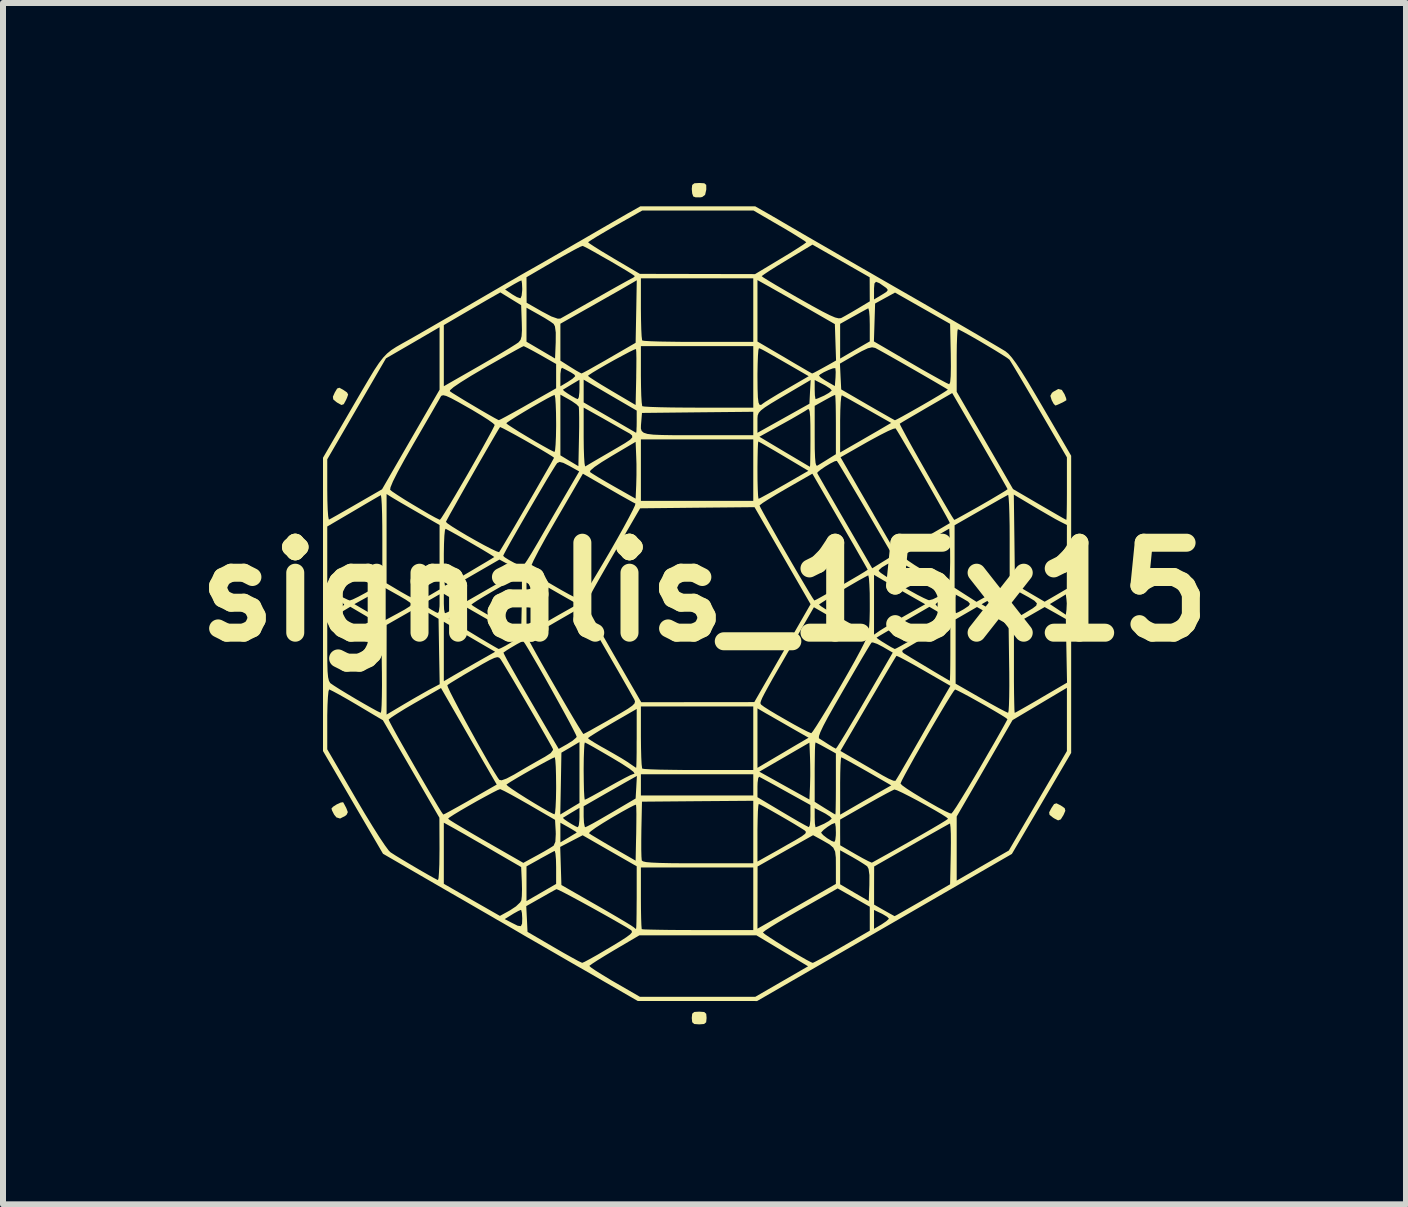
<source format=kicad_pcb>
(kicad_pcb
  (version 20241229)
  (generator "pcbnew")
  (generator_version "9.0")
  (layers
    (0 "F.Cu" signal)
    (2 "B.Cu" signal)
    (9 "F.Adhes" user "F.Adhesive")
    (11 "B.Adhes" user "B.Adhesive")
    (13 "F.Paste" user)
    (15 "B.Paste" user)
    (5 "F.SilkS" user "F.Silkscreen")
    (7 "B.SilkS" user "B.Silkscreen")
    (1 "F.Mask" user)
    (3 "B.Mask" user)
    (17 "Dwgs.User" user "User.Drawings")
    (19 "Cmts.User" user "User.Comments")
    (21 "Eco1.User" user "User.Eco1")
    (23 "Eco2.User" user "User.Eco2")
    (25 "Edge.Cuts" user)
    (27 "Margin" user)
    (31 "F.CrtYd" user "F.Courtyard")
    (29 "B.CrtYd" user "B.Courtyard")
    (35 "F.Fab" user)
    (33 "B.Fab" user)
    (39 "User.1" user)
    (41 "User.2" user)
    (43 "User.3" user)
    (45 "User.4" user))
  (footprint "signalis_15x15"
    (layer "F.Cu")
    (at 8.693 6.818)
    (property "Reference" "signalis_15x15" (at 0 0 0) (layer "F.SilkS") (effects (font (size 1.5 1.5) (thickness 0.3))))
    (attr board_only exclude_from_pos_files exclude_from_bom)
    (fp_poly (pts (xy -0.005 7.001) (xy 0.029 7.031) (xy 0.035 7.101) (xy 0.028 7.172) (xy -0.007 7.201) (xy -0.088 7.207) (xy -0.171 7.201) (xy -0.205 7.171) (xy -0.212 7.101) (xy -0.205 7.029) (xy -0.17 7) (xy -0.088 6.995)) (stroke (width 0) (type solid)) (fill yes) (layer "F.SilkS"))
    (fp_poly (pts (xy -0.003 -6.813) (xy 0.029 -6.786) (xy 0.03 -6.717) (xy 0.029 -6.703) (xy 0.01 -6.62) (xy -0.038 -6.584) (xy -0.072 -6.578) (xy -0.149 -6.579) (xy -0.187 -6.593) (xy -0.205 -6.643) (xy -0.212 -6.718) (xy -0.205 -6.785) (xy -0.169 -6.813) (xy -0.086 -6.818)) (stroke (width 0) (type solid)) (fill yes) (layer "F.SilkS"))
    (fp_poly (pts (xy 5.956 -3.369) (xy 6.001 -3.298) (xy 6.028 -3.23) (xy 6.033 -3.197) (xy 5.988 -3.17) (xy 5.918 -3.136) (xy 5.861 -3.112) (xy 5.848 -3.109) (xy 5.82 -3.137) (xy 5.787 -3.198) (xy 5.765 -3.27) (xy 5.791 -3.319) (xy 5.814 -3.338) (xy 5.897 -3.384)) (stroke (width 0) (type solid)) (fill yes) (layer "F.SilkS"))
    (fp_poly (pts (xy -6.025 -3.372) (xy -6.022 -3.37) (xy -5.958 -3.326) (xy -5.94 -3.291) (xy -5.96 -3.234) (xy -5.976 -3.199) (xy -6.013 -3.131) (xy -6.051 -3.117) (xy -6.115 -3.152) (xy -6.137 -3.167) (xy -6.188 -3.21) (xy -6.194 -3.255) (xy -6.163 -3.325) (xy -6.123 -3.392) (xy -6.086 -3.405)) (stroke (width 0) (type solid)) (fill yes) (layer "F.SilkS"))
    (fp_poly (pts (xy -6.023 3.505) (xy -6.003 3.54) (xy -5.971 3.601) (xy -5.945 3.669) (xy -5.966 3.714) (xy -5.99 3.733) (xy -6.074 3.776) (xy -6.136 3.757) (xy -6.174 3.71) (xy -6.208 3.643) (xy -6.218 3.609) (xy -6.191 3.579) (xy -6.13 3.54) (xy -6.065 3.51) (xy -6.025 3.504)) (stroke (width 0) (type solid)) (fill yes) (layer "F.SilkS"))
    (fp_poly (pts (xy 5.933 3.555) (xy 5.939 3.558) (xy 6.004 3.603) (xy 6.015 3.646) (xy 5.985 3.716) (xy 5.939 3.79) (xy 5.894 3.807) (xy 5.826 3.772) (xy 5.803 3.756) (xy 5.751 3.714) (xy 5.745 3.673) (xy 5.782 3.603) (xy 5.783 3.601) (xy 5.827 3.535) (xy 5.867 3.522)) (stroke (width 0) (type solid)) (fill yes) (layer "F.SilkS"))
    (fp_poly (pts (xy 1.032 -6.323) (xy 1.141 -6.26) (xy 1.231 -6.208) (xy 1.272 -6.184) (xy 1.314 -6.159) (xy 1.408 -6.104) (xy 1.545 -6.025) (xy 1.715 -5.926) (xy 1.909 -5.814) (xy 2.119 -5.693) (xy 2.334 -5.568) (xy 2.545 -5.446) (xy 2.744 -5.332) (xy 2.92 -5.23) (xy 3.065 -5.147) (xy 3.169 -5.087) (xy 3.176 -5.083) (xy 3.408 -4.95) (xy 3.652 -4.81) (xy 3.9 -4.666) (xy 4.144 -4.525) (xy 4.375 -4.391) (xy 4.584 -4.269) (xy 4.762 -4.164) (xy 4.901 -4.082) (xy 4.993 -4.027) (xy 5.019 -4.011) (xy 5.067 -3.971) (xy 5.124 -3.906) (xy 5.195 -3.81) (xy 5.283 -3.676) (xy 5.394 -3.497) (xy 5.531 -3.266) (xy 5.629 -3.099) (xy 6.112 -2.271) (xy 6.112 0.206) (xy 6.112 2.682) (xy 5.618 3.524) (xy 5.124 4.366) (xy 3.001 5.592) (xy 0.877 6.818) (xy -0.118 6.817) (xy -1.113 6.817) (xy -2.031 6.287) (xy -2.126 6.233) (xy -1.919 6.233) (xy -1.892 6.258) (xy -1.815 6.311) (xy -1.698 6.384) (xy -1.553 6.472) (xy -1.501 6.502) (xy -1.077 6.747) (xy -0.115 6.747) (xy 0.848 6.747) (xy 1.287 6.493) (xy 1.727 6.239) (xy 1.296 5.981) (xy 0.866 5.723) (xy -0.11 5.723) (xy -1.086 5.723) (xy -1.499 5.966) (xy -1.651 6.057) (xy -1.779 6.136) (xy -1.871 6.196) (xy -1.916 6.229) (xy -1.919 6.233) (xy -2.126 6.233) (xy -2.267 6.152) (xy -2.486 6.025) (xy -2.68 5.913) (xy -2.841 5.82) (xy -2.96 5.752) (xy -3.029 5.712) (xy -3.038 5.706) (xy -3.088 5.677) (xy -3.192 5.616) (xy -3.342 5.529) (xy -3.477 5.452) (xy -3.33 5.452) (xy -3.21 5.515) (xy -3.113 5.563) (xy -3.061 5.57) (xy -3.041 5.528) (xy -3.038 5.44) (xy -3.043 5.352) (xy -3.055 5.303) (xy -3.06 5.299) (xy -3.102 5.316) (xy -3.178 5.358) (xy -3.206 5.375) (xy -3.33 5.452) (xy -3.477 5.452) (xy -3.531 5.42) (xy -3.751 5.293) (xy -3.994 5.152) (xy -4.243 5.009) (xy -5.359 4.363) (xy -5.859 3.507) (xy -6.359 2.651) (xy -6.359 2.123) (xy -6.288 2.123) (xy -6.288 2.622) (xy -5.806 3.451) (xy -5.663 3.693) (xy -5.532 3.907) (xy -5.419 4.086) (xy -5.327 4.223) (xy -5.262 4.311) (xy -5.233 4.339) (xy -5.146 4.395) (xy -5.027 4.467) (xy -4.891 4.548) (xy -4.752 4.63) (xy -4.623 4.704) (xy -4.52 4.762) (xy -4.456 4.796) (xy -4.442 4.801) (xy -4.433 4.769) (xy -4.426 4.679) (xy -4.42 4.542) (xy -4.418 4.371) (xy -4.418 4.354) (xy -4.345 4.354) (xy -4.345 4.864) (xy -3.877 5.132) (xy -3.41 5.399) (xy -3.24 5.305) (xy -3.142 5.24) (xy -3.138 5.236) (xy -2.971 5.236) (xy -2.96 5.451) (xy -2.95 5.665) (xy -2.508 5.923) (xy -2.349 6.015) (xy -2.211 6.092) (xy -2.107 6.149) (xy -2.046 6.178) (xy -2.037 6.181) (xy -1.998 6.164) (xy -1.91 6.117) (xy -1.785 6.047) (xy -1.636 5.959) (xy -1.586 5.93) (xy -1.419 5.829) (xy -1.305 5.756) (xy -1.238 5.706) (xy -1.213 5.676) (xy 0.975 5.676) (xy 1.004 5.702) (xy 1.081 5.754) (xy 1.192 5.826) (xy 1.323 5.908) (xy 1.461 5.992) (xy 1.592 6.069) (xy 1.702 6.132) (xy 1.779 6.172) (xy 1.805 6.182) (xy 1.841 6.165) (xy 1.928 6.119) (xy 2.053 6.05) (xy 2.206 5.963) (xy 2.291 5.914) (xy 2.755 5.645) (xy 2.755 5.457) (xy 2.826 5.457) (xy 2.826 5.615) (xy 2.95 5.542) (xy 3.027 5.49) (xy 3.07 5.451) (xy 3.073 5.443) (xy 3.045 5.414) (xy 2.973 5.371) (xy 2.95 5.359) (xy 2.826 5.3) (xy 2.826 5.457) (xy 2.755 5.457) (xy 2.755 5.446) (xy 2.755 5.246) (xy 2.693 5.211) (xy 2.827 5.211) (xy 2.994 5.306) (xy 3.088 5.359) (xy 3.152 5.394) (xy 3.168 5.403) (xy 3.2 5.387) (xy 3.281 5.341) (xy 3.402 5.272) (xy 3.552 5.186) (xy 3.635 5.138) (xy 4.094 4.872) (xy 4.105 4.361) (xy 4.107 4.181) (xy 4.106 4.03) (xy 4.101 3.921) (xy 4.094 3.864) (xy 4.09 3.859) (xy 4.053 3.879) (xy 3.965 3.928) (xy 3.834 4.002) (xy 3.671 4.094) (xy 3.485 4.2) (xy 3.447 4.222) (xy 2.828 4.575) (xy 2.827 4.893) (xy 2.827 5.211) (xy 2.693 5.211) (xy 2.488 5.094) (xy 2.22 4.941) (xy 1.596 5.294) (xy 1.407 5.402) (xy 1.242 5.499) (xy 1.109 5.58) (xy 1.017 5.64) (xy 0.976 5.673) (xy 0.975 5.676) (xy -1.213 5.676) (xy -1.21 5.672) (xy -1.213 5.648) (xy -1.227 5.635) (xy -1.3 5.589) (xy -1.416 5.522) (xy -1.561 5.439) (xy -1.725 5.347) (xy -1.896 5.252) (xy -2.064 5.16) (xy -2.216 5.078) (xy -2.341 5.012) (xy -2.429 4.968) (xy -2.467 4.953) (xy -2.467 4.953) (xy -2.507 4.974) (xy -2.592 5.021) (xy -2.704 5.085) (xy -2.731 5.1) (xy -2.971 5.236) (xy -3.138 5.236) (xy -3.072 5.173) (xy -3.053 5.139) (xy -3.045 5.068) (xy -3.042 4.953) (xy -3.045 4.827) (xy -3.056 4.585) (xy -3.076 4.573) (xy -2.967 4.573) (xy -2.967 4.863) (xy -2.967 5.152) (xy -2.72 5.009) (xy -2.473 4.866) (xy -2.473 4.585) (xy -2.476 4.456) (xy -2.484 4.361) (xy -2.496 4.317) (xy -2.5 4.316) (xy -2.542 4.338) (xy -2.628 4.385) (xy -2.74 4.446) (xy -2.747 4.451) (xy -2.967 4.573) (xy -3.076 4.573) (xy -3.48 4.339) (xy -3.658 4.235) (xy -3.838 4.132) (xy -3.997 4.04) (xy -4.118 3.972) (xy -4.124 3.968) (xy -4.345 3.845) (xy -4.345 4.354) (xy -4.418 4.354) (xy -4.417 4.283) (xy -4.419 3.778) (xy -4.274 3.778) (xy -4.245 3.801) (xy -4.163 3.853) (xy -4.038 3.928) (xy -3.879 4.022) (xy -3.695 4.129) (xy -3.647 4.156) (xy -3.02 4.515) (xy -2.791 4.39) (xy -2.672 4.324) (xy -2.574 4.266) (xy -2.547 4.249) (xy -2.405 4.249) (xy -2.395 4.567) (xy -2.385 4.884) (xy -1.802 5.218) (xy -1.617 5.324) (xy -1.453 5.42) (xy -1.32 5.499) (xy -1.227 5.556) (xy -1.186 5.584) (xy -1.185 5.584) (xy -1.147 5.615) (xy -1.141 5.617) (xy -1.137 5.584) (xy -1.134 5.492) (xy -1.132 5.354) (xy -1.131 5.183) (xy -1.13 5.099) (xy -1.06 5.099) (xy -1.059 5.28) (xy -1.056 5.435) (xy -1.052 5.55) (xy -1.047 5.613) (xy -1.045 5.62) (xy -1.007 5.624) (xy -0.908 5.627) (xy -0.757 5.63) (xy -0.564 5.633) (xy -0.338 5.634) (xy -0.109 5.635) (xy 0.813 5.635) (xy 0.813 5.612) (xy 0.883 5.612) (xy 1.537 5.239) (xy 2.19 4.866) (xy 2.19 4.588) (xy 2.261 4.588) (xy 2.261 4.872) (xy 2.499 5.012) (xy 2.738 5.151) (xy 2.748 4.884) (xy 2.749 4.718) (xy 2.735 4.616) (xy 2.713 4.574) (xy 2.659 4.536) (xy 2.565 4.477) (xy 2.464 4.418) (xy 2.261 4.305) (xy 2.261 4.588) (xy 2.19 4.588) (xy 2.19 4.575) (xy 2.189 4.426) (xy 2.178 4.328) (xy 2.147 4.262) (xy 2.086 4.209) (xy 1.984 4.15) (xy 1.956 4.134) (xy 1.81 4.054) (xy 1.347 4.314) (xy 0.885 4.575) (xy 0.884 5.093) (xy 0.883 5.612) (xy 0.813 5.612) (xy 0.813 5.114) (xy 0.813 4.592) (xy -0.124 4.592) (xy -1.06 4.592) (xy -1.06 5.099) (xy -1.13 5.099) (xy -1.13 5.095) (xy -1.13 4.572) (xy -1.581 4.314) (xy -2.031 4.055) (xy -2.218 4.152) (xy -2.405 4.249) (xy -2.547 4.249) (xy -2.518 4.23) (xy -2.515 4.229) (xy -2.486 4.163) (xy -2.479 4.033) (xy -2.48 4.01) (xy -2.402 4.01) (xy -2.402 4.174) (xy -2.27 4.095) (xy -2.188 4.045) (xy -2.144 4.019) (xy -1.926 4.019) (xy -1.925 4.021) (xy -1.888 4.047) (xy -1.801 4.099) (xy -1.679 4.172) (xy -1.533 4.257) (xy -1.526 4.261) (xy -1.148 4.478) (xy -1.141 4.14) (xy -1.054 4.14) (xy -1.054 4.294) (xy -1.051 4.409) (xy -1.046 4.471) (xy -1.044 4.476) (xy -1.024 4.49) (xy -0.972 4.502) (xy -0.881 4.51) (xy -0.743 4.516) (xy -0.554 4.52) (xy -0.305 4.522) (xy -0.107 4.522) (xy 0.813 4.522) (xy 0.813 4.013) (xy 0.883 4.013) (xy 0.883 4.493) (xy 1.086 4.379) (xy 1.231 4.298) (xy 1.395 4.204) (xy 1.509 4.14) (xy 1.621 4.073) (xy 1.679 4.029) (xy 1.685 4.014) (xy 1.945 4.014) (xy 1.978 4.052) (xy 2.045 4.104) (xy 2.118 4.148) (xy 2.164 4.166) (xy 2.18 4.136) (xy 2.189 4.057) (xy 2.19 4.01) (xy 2.187 3.915) (xy 2.178 3.858) (xy 2.173 3.851) (xy 2.124 3.869) (xy 2.054 3.913) (xy 1.987 3.964) (xy 1.948 4.005) (xy 1.945 4.014) (xy 1.685 4.014) (xy 1.692 3.999) (xy 1.669 3.974) (xy 1.668 3.973) (xy 1.6 3.93) (xy 1.495 3.866) (xy 1.368 3.791) (xy 1.233 3.713) (xy 1.105 3.64) (xy 0.998 3.58) (xy 0.926 3.542) (xy 0.904 3.533) (xy 0.897 3.566) (xy 0.89 3.657) (xy 0.886 3.793) (xy 0.883 3.961) (xy 0.883 4.013) (xy 0.813 4.013) (xy 0.813 4.001) (xy 0.813 3.48) (xy -0.115 3.487) (xy -1.042 3.495) (xy -1.052 3.962) (xy -1.054 4.14) (xy -1.141 4.14) (xy -1.138 4.018) (xy -1.136 3.846) (xy -1.135 3.701) (xy -1.137 3.596) (xy -1.141 3.547) (xy -1.142 3.545) (xy -1.176 3.557) (xy -1.258 3.599) (xy -1.378 3.665) (xy -1.522 3.748) (xy -1.551 3.765) (xy -1.697 3.854) (xy -1.815 3.93) (xy -1.895 3.988) (xy -1.926 4.019) (xy -2.144 4.019) (xy -2.136 4.014) (xy -2.129 4.01) (xy -2.151 3.991) (xy -2.218 3.95) (xy -2.261 3.925) (xy -2.402 3.846) (xy -2.402 4.01) (xy -2.48 4.01) (xy -2.48 3.995) (xy -2.491 3.798) (xy -2.549 3.764) (xy -2.36 3.764) (xy -2.341 3.785) (xy -2.284 3.825) (xy -2.211 3.871) (xy -2.145 3.908) (xy -2.111 3.921) (xy -2.095 3.889) (xy -2.086 3.81) (xy -2.084 3.759) (xy -2.084 3.598) (xy -2.217 3.677) (xy -2.299 3.727) (xy -2.352 3.759) (xy -2.36 3.764) (xy -2.549 3.764) (xy -2.645 3.709) (xy -2.404 3.709) (xy -2.244 3.612) (xy -2.176 3.571) (xy -2.014 3.571) (xy -2.014 3.746) (xy -2.009 3.846) (xy -1.997 3.909) (xy -1.987 3.921) (xy -1.948 3.903) (xy -1.861 3.857) (xy -1.737 3.787) (xy -1.589 3.701) (xy -1.554 3.681) (xy -1.148 3.442) (xy -1.137 3.254) (xy -1.135 3.215) (xy -1.06 3.215) (xy -1.06 3.391) (xy -0.124 3.391) (xy 0.813 3.391) (xy 0.813 3.244) (xy 0.883 3.244) (xy 0.883 3.42) (xy 1.298 3.668) (xy 1.452 3.759) (xy 1.583 3.835) (xy 1.682 3.89) (xy 1.735 3.917) (xy 1.74 3.919) (xy 1.755 3.888) (xy 1.764 3.808) (xy 1.765 3.762) (xy 1.837 3.762) (xy 1.84 3.857) (xy 1.849 3.914) (xy 1.853 3.921) (xy 1.893 3.907) (xy 1.97 3.873) (xy 1.995 3.862) (xy 2.074 3.817) (xy 2.103 3.793) (xy 2.261 3.793) (xy 2.261 4.007) (xy 2.262 4.222) (xy 2.517 4.37) (xy 2.636 4.437) (xy 2.73 4.486) (xy 2.784 4.51) (xy 2.791 4.511) (xy 2.826 4.492) (xy 2.912 4.444) (xy 3.042 4.372) (xy 3.204 4.281) (xy 3.39 4.176) (xy 3.434 4.151) (xy 3.623 4.043) (xy 3.789 3.947) (xy 3.923 3.868) (xy 4.016 3.811) (xy 4.058 3.782) (xy 4.06 3.78) (xy 4.031 3.754) (xy 4.012 3.742) (xy 4.204 3.742) (xy 4.204 4.276) (xy 4.204 4.811) (xy 4.354 4.724) (xy 4.455 4.666) (xy 4.592 4.586) (xy 4.741 4.5) (xy 4.788 4.473) (xy 5.073 4.309) (xy 5.557 3.48) (xy 6.041 2.651) (xy 6.041 2.124) (xy 6.041 1.597) (xy 5.588 1.866) (xy 5.135 2.135) (xy 4.67 2.938) (xy 4.204 3.742) (xy 4.012 3.742) (xy 3.953 3.704) (xy 3.839 3.637) (xy 3.702 3.56) (xy 3.558 3.481) (xy 3.418 3.407) (xy 3.297 3.346) (xy 3.208 3.305) (xy 3.166 3.292) (xy 3.165 3.292) (xy 3.121 3.313) (xy 3.027 3.362) (xy 2.897 3.433) (xy 2.743 3.519) (xy 2.692 3.548) (xy 2.261 3.793) (xy 2.103 3.793) (xy 2.117 3.781) (xy 2.12 3.774) (xy 2.091 3.743) (xy 2.019 3.696) (xy 1.978 3.674) (xy 1.837 3.602) (xy 1.837 3.762) (xy 1.765 3.762) (xy 1.766 3.736) (xy 1.765 3.55) (xy 1.352 3.321) (xy 1.197 3.235) (xy 1.064 3.162) (xy 0.966 3.109) (xy 0.914 3.081) (xy 0.91 3.079) (xy 0.895 3.104) (xy 0.885 3.18) (xy 0.883 3.244) (xy 0.813 3.244) (xy 0.813 3.215) (xy 0.813 3.038) (xy -0.124 3.038) (xy -1.06 3.038) (xy -1.06 3.215) (xy -1.135 3.215) (xy -1.127 3.066) (xy -1.332 3.181) (xy -1.472 3.261) (xy -1.636 3.354) (xy -1.775 3.434) (xy -2.014 3.571) (xy -2.176 3.571) (xy -2.084 3.516) (xy -2.084 3.008) (xy -2.084 2.985) (xy -2.014 2.985) (xy -2.012 3.159) (xy -2.009 3.305) (xy -2.003 3.41) (xy -1.997 3.46) (xy -1.995 3.462) (xy -1.958 3.446) (xy -1.873 3.401) (xy -1.752 3.334) (xy -1.607 3.253) (xy -1.602 3.25) (xy -1.455 3.168) (xy -1.33 3.101) (xy -1.239 3.055) (xy -1.197 3.038) (xy -1.197 3.038) (xy -1.166 3.029) (xy -1.183 2.999) (xy -1.188 2.995) (xy 0.914 2.995) (xy 1.331 3.227) (xy 1.749 3.459) (xy 1.759 3.232) (xy 1.763 3.069) (xy 1.763 3.003) (xy 1.837 3.003) (xy 1.837 3.497) (xy 2.005 3.603) (xy 2.098 3.66) (xy 2.162 3.699) (xy 2.181 3.709) (xy 2.185 3.676) (xy 2.187 3.584) (xy 2.189 3.447) (xy 2.19 3.277) (xy 2.19 3.234) (xy 2.261 3.234) (xy 2.261 3.712) (xy 2.411 3.625) (xy 2.513 3.566) (xy 2.651 3.486) (xy 2.8 3.402) (xy 2.837 3.38) (xy 3.113 3.223) (xy 3.063 3.194) (xy 3.268 3.194) (xy 3.297 3.224) (xy 3.374 3.279) (xy 3.486 3.351) (xy 3.619 3.432) (xy 3.759 3.514) (xy 3.893 3.59) (xy 4.007 3.65) (xy 4.086 3.686) (xy 4.115 3.694) (xy 4.142 3.662) (xy 4.199 3.578) (xy 4.28 3.448) (xy 4.381 3.283) (xy 4.497 3.089) (xy 4.601 2.912) (xy 4.723 2.7) (xy 4.833 2.51) (xy 4.925 2.348) (xy 4.995 2.223) (xy 5.038 2.144) (xy 5.05 2.12) (xy 5.021 2.097) (xy 4.944 2.048) (xy 4.831 1.981) (xy 4.697 1.903) (xy 4.554 1.823) (xy 4.418 1.747) (xy 4.3 1.684) (xy 4.215 1.641) (xy 4.177 1.625) (xy 4.153 1.654) (xy 4.1 1.735) (xy 4.024 1.858) (xy 3.932 2.012) (xy 3.828 2.188) (xy 3.718 2.376) (xy 3.609 2.566) (xy 3.505 2.747) (xy 3.414 2.911) (xy 3.34 3.046) (xy 3.289 3.143) (xy 3.268 3.192) (xy 3.268 3.194) (xy 3.063 3.194) (xy 2.706 2.989) (xy 2.554 2.903) (xy 2.425 2.831) (xy 2.331 2.78) (xy 2.283 2.756) (xy 2.28 2.755) (xy 2.273 2.789) (xy 2.267 2.88) (xy 2.263 3.016) (xy 2.261 3.184) (xy 2.261 3.234) (xy 2.19 3.234) (xy 2.19 3.2) (xy 2.19 2.691) (xy 2.116 2.649) (xy 2.266 2.649) (xy 2.519 2.796) (xy 2.671 2.884) (xy 2.83 2.976) (xy 2.962 3.053) (xy 2.967 3.056) (xy 3.071 3.112) (xy 3.148 3.145) (xy 3.182 3.148) (xy 3.205 3.112) (xy 3.258 3.024) (xy 3.334 2.893) (xy 3.43 2.728) (xy 3.539 2.538) (xy 3.587 2.455) (xy 3.703 2.251) (xy 3.812 2.062) (xy 3.906 1.898) (xy 3.979 1.77) (xy 4.026 1.689) (xy 4.035 1.674) (xy 4.099 1.564) (xy 3.655 1.308) (xy 3.497 1.218) (xy 3.362 1.144) (xy 3.262 1.091) (xy 3.206 1.066) (xy 3.199 1.065) (xy 3.179 1.097) (xy 3.127 1.183) (xy 3.05 1.313) (xy 2.952 1.479) (xy 2.838 1.674) (xy 2.726 1.863) (xy 2.266 2.649) (xy 2.116 2.649) (xy 2.027 2.6) (xy 1.933 2.548) (xy 1.868 2.515) (xy 1.85 2.508) (xy 1.845 2.541) (xy 1.841 2.633) (xy 1.839 2.769) (xy 1.837 2.939) (xy 1.837 3.003) (xy 1.763 3.003) (xy 1.762 2.883) (xy 1.759 2.759) (xy 1.749 2.511) (xy 1.331 2.753) (xy 0.914 2.995) (xy -1.188 2.995) (xy -1.251 2.945) (xy -1.374 2.865) (xy -1.555 2.756) (xy -1.571 2.747) (xy -1.722 2.659) (xy -1.85 2.585) (xy -1.944 2.533) (xy -1.992 2.509) (xy -1.995 2.508) (xy -2.002 2.541) (xy -2.007 2.632) (xy -2.012 2.768) (xy -2.014 2.936) (xy -2.014 2.985) (xy -2.084 2.985) (xy -2.084 2.501) (xy -2.234 2.59) (xy -2.385 2.678) (xy -2.394 3.193) (xy -2.404 3.709) (xy -2.645 3.709) (xy -2.932 3.542) (xy -3.092 3.451) (xy -3.23 3.374) (xy -3.336 3.318) (xy -3.398 3.289) (xy -3.407 3.286) (xy -3.449 3.302) (xy -3.536 3.346) (xy -3.655 3.41) (xy -3.792 3.485) (xy -3.934 3.566) (xy -4.067 3.643) (xy -4.176 3.709) (xy -4.25 3.757) (xy -4.274 3.778) (xy -4.419 3.778) (xy -4.419 3.762) (xy -4.89 2.95) (xy -5.361 2.137) (xy -5.375 2.129) (xy -5.264 2.129) (xy -5.247 2.166) (xy -5.2 2.255) (xy -5.13 2.383) (xy -5.041 2.541) (xy -4.939 2.72) (xy -4.831 2.909) (xy -4.721 3.099) (xy -4.616 3.279) (xy -4.521 3.44) (xy -4.443 3.572) (xy -4.386 3.664) (xy -4.356 3.707) (xy -4.353 3.709) (xy -4.318 3.693) (xy -4.233 3.647) (xy -4.11 3.579) (xy -3.959 3.494) (xy -3.9 3.46) (xy -3.465 3.211) (xy -3.301 3.211) (xy -3.277 3.235) (xy -3.206 3.286) (xy -3.1 3.356) (xy -2.974 3.436) (xy -2.839 3.519) (xy -2.711 3.595) (xy -2.602 3.657) (xy -2.525 3.696) (xy -2.499 3.706) (xy -2.49 3.674) (xy -2.482 3.584) (xy -2.476 3.449) (xy -2.473 3.282) (xy -2.473 3.232) (xy -2.475 3.058) (xy -2.479 2.912) (xy -2.486 2.808) (xy -2.494 2.758) (xy -2.496 2.755) (xy -2.536 2.772) (xy -2.623 2.817) (xy -2.741 2.881) (xy -2.876 2.956) (xy -3.013 3.034) (xy -3.138 3.107) (xy -3.236 3.166) (xy -3.293 3.204) (xy -3.301 3.211) (xy -3.465 3.211) (xy -3.463 3.21) (xy -3.56 3.043) (xy -3.607 2.961) (xy -3.683 2.831) (xy -3.779 2.663) (xy -3.89 2.472) (xy -4.007 2.269) (xy -4.024 2.239) (xy -4.392 1.601) (xy -4.828 1.85) (xy -4.984 1.941) (xy -5.115 2.022) (xy -5.211 2.084) (xy -5.26 2.122) (xy -5.264 2.129) (xy -5.375 2.129) (xy -5.521 2.043) (xy -5.299 2.043) (xy -5.01 1.871) (xy -4.862 1.784) (xy -4.717 1.701) (xy -4.6 1.635) (xy -4.568 1.618) (xy -4.445 1.553) (xy -4.287 1.553) (xy -4.276 1.588) (xy -4.236 1.674) (xy -4.171 1.801) (xy -4.088 1.96) (xy -3.992 2.139) (xy -3.887 2.33) (xy -3.781 2.522) (xy -3.678 2.704) (xy -3.584 2.868) (xy -3.504 3.002) (xy -3.444 3.098) (xy -3.42 3.131) (xy -3.382 3.139) (xy -3.301 3.11) (xy -3.172 3.042) (xy -3.101 3) (xy -2.954 2.914) (xy -2.809 2.831) (xy -2.692 2.765) (xy -2.661 2.748) (xy -2.563 2.685) (xy -2.525 2.633) (xy -2.526 2.619) (xy -2.549 2.574) (xy -2.602 2.479) (xy -2.679 2.344) (xy -2.773 2.18) (xy -2.878 1.999) (xy -2.988 1.81) (xy -3.097 1.624) (xy -3.198 1.452) (xy -3.286 1.305) (xy -3.353 1.193) (xy -3.394 1.128) (xy -3.4 1.119) (xy -3.423 1.094) (xy -3.454 1.086) (xy -3.503 1.099) (xy -3.581 1.135) (xy -3.699 1.2) (xy -3.852 1.289) (xy -4.005 1.378) (xy -4.136 1.457) (xy -4.233 1.516) (xy -4.283 1.55) (xy -4.287 1.553) (xy -4.445 1.553) (xy -4.414 1.537) (xy -4.424 0.992) (xy -4.424 0.992) (xy -4.345 0.992) (xy -4.345 1.487) (xy -4.195 1.399) (xy -4.093 1.34) (xy -3.955 1.261) (xy -3.807 1.176) (xy -3.768 1.154) (xy -3.514 1.01) (xy -3.351 1.01) (xy -3.337 1.042) (xy -3.291 1.131) (xy -3.214 1.269) (xy -3.11 1.452) (xy -2.981 1.675) (xy -2.832 1.931) (xy -2.665 2.217) (xy -2.509 2.482) (xy -2.43 2.615) (xy -2.288 2.535) (xy -2.199 2.479) (xy -2.15 2.437) (xy -1.942 2.437) (xy -1.913 2.461) (xy -1.836 2.51) (xy -1.724 2.576) (xy -1.655 2.614) (xy -1.513 2.695) (xy -1.381 2.772) (xy -1.282 2.834) (xy -1.258 2.851) (xy -1.185 2.901) (xy -1.143 2.929) (xy -1.139 2.93) (xy -1.136 2.898) (xy -1.133 2.807) (xy -1.131 2.671) (xy -1.131 2.502) (xy -1.13 2.441) (xy -1.13 2.414) (xy -1.06 2.414) (xy -1.058 2.596) (xy -1.054 2.753) (xy -1.048 2.871) (xy -1.04 2.936) (xy -1.036 2.944) (xy -0.996 2.95) (xy -0.895 2.956) (xy -0.742 2.961) (xy -0.547 2.964) (xy -0.321 2.967) (xy -0.1 2.967) (xy 0.813 2.967) (xy 0.813 2.438) (xy 0.813 2.435) (xy 0.883 2.435) (xy 0.883 2.931) (xy 1.157 2.769) (xy 1.303 2.683) (xy 1.446 2.598) (xy 1.56 2.531) (xy 1.583 2.518) (xy 1.724 2.435) (xy 1.907 2.435) (xy 1.912 2.441) (xy 1.974 2.48) (xy 2.059 2.535) (xy 2.067 2.54) (xy 2.141 2.586) (xy 2.187 2.61) (xy 2.19 2.611) (xy 2.212 2.582) (xy 2.264 2.5) (xy 2.342 2.373) (xy 2.44 2.208) (xy 2.555 2.014) (xy 2.673 1.811) (xy 3.138 1.01) (xy 3.117 0.998) (xy 3.297 0.998) (xy 3.321 1.021) (xy 3.365 1.048) (xy 3.453 1.102) (xy 3.57 1.172) (xy 3.702 1.251) (xy 3.833 1.33) (xy 3.951 1.4) (xy 4.04 1.452) (xy 4.086 1.479) (xy 4.089 1.48) (xy 4.092 1.448) (xy 4.095 1.358) (xy 4.097 1.223) (xy 4.098 1.054) (xy 4.098 0.992) (xy 4.098 0.501) (xy 3.718 0.727) (xy 3.57 0.815) (xy 3.443 0.889) (xy 3.35 0.943) (xy 3.304 0.969) (xy 3.303 0.969) (xy 3.297 0.998) (xy 3.117 0.998) (xy 2.973 0.914) (xy 2.878 0.865) (xy 2.808 0.841) (xy 2.785 0.842) (xy 2.761 0.878) (xy 2.707 0.967) (xy 2.628 1.099) (xy 2.529 1.268) (xy 2.415 1.464) (xy 2.313 1.639) (xy 2.169 1.889) (xy 2.059 2.084) (xy 1.981 2.231) (xy 1.932 2.335) (xy 1.908 2.401) (xy 1.907 2.435) (xy 1.724 2.435) (xy 1.735 2.429) (xy 1.459 2.272) (xy 1.313 2.188) (xy 1.17 2.106) (xy 1.055 2.04) (xy 1.033 2.028) (xy 0.883 1.94) (xy 0.883 2.435) (xy 0.813 2.435) (xy 0.813 1.908) (xy -0.124 1.908) (xy -1.06 1.908) (xy -1.06 2.414) (xy -1.13 2.414) (xy -1.13 1.949) (xy -1.537 2.184) (xy -1.687 2.272) (xy -1.811 2.348) (xy -1.9 2.404) (xy -1.941 2.434) (xy -1.942 2.437) (xy -2.15 2.437) (xy -2.141 2.429) (xy -2.13 2.414) (xy -2.144 2.378) (xy -2.188 2.29) (xy -2.255 2.162) (xy -2.342 2.002) (xy -2.441 1.822) (xy -2.547 1.631) (xy -2.655 1.438) (xy -2.759 1.255) (xy -2.854 1.092) (xy -2.933 0.957) (xy -2.991 0.862) (xy -3.022 0.819) (xy -3.052 0.83) (xy -3.122 0.867) (xy -3.208 0.917) (xy -3.29 0.967) (xy -3.346 1.006) (xy -3.351 1.01) (xy -3.514 1.01) (xy -3.49 0.996) (xy -3.75 0.845) (xy -3.897 0.759) (xy -4.045 0.673) (xy -4.165 0.602) (xy -4.177 0.595) (xy -4.345 0.496) (xy -4.345 0.992) (xy -4.424 0.992) (xy -4.433 0.449) (xy -4.261 0.449) (xy -4.225 0.474) (xy -4.143 0.525) (xy -4.029 0.595) (xy -3.895 0.676) (xy -3.757 0.76) (xy -3.627 0.837) (xy -3.52 0.9) (xy -3.45 0.94) (xy -3.43 0.95) (xy -3.394 0.936) (xy -3.317 0.896) (xy -3.262 0.864) (xy -3.174 0.81) (xy -3.147 0.791) (xy -2.932 0.791) (xy -2.915 0.828) (xy -2.868 0.915) (xy -2.797 1.043) (xy -2.708 1.201) (xy -2.606 1.379) (xy -2.497 1.568) (xy -2.387 1.757) (xy -2.282 1.937) (xy -2.187 2.098) (xy -2.108 2.229) (xy -2.05 2.321) (xy -2.021 2.365) (xy -2.018 2.367) (xy -1.984 2.35) (xy -1.9 2.305) (xy -1.778 2.236) (xy -1.628 2.152) (xy -1.568 2.117) (xy -1.396 2.018) (xy -1.278 1.947) (xy -1.205 1.896) (xy -1.167 1.858) (xy -1.164 1.845) (xy 0.933 1.845) (xy 0.935 1.864) (xy 0.944 1.876) (xy 0.945 1.878) (xy 0.995 1.915) (xy 1.088 1.974) (xy 1.21 2.047) (xy 1.349 2.127) (xy 1.488 2.206) (xy 1.615 2.275) (xy 1.714 2.326) (xy 1.773 2.351) (xy 1.781 2.353) (xy 1.807 2.321) (xy 1.863 2.237) (xy 1.944 2.108) (xy 2.046 1.942) (xy 2.162 1.747) (xy 2.275 1.555) (xy 2.397 1.342) (xy 2.505 1.15) (xy 2.593 0.987) (xy 2.658 0.861) (xy 2.696 0.78) (xy 2.7 0.76) (xy 2.868 0.76) (xy 2.89 0.78) (xy 2.952 0.822) (xy 3.033 0.872) (xy 3.111 0.919) (xy 3.166 0.947) (xy 3.173 0.95) (xy 3.206 0.935) (xy 3.289 0.89) (xy 3.41 0.821) (xy 3.558 0.736) (xy 3.615 0.703) (xy 3.77 0.612) (xy 3.902 0.535) (xy 3.999 0.477) (xy 4.034 0.456) (xy 4.186 0.456) (xy 4.186 0.992) (xy 4.186 1.528) (xy 4.61 1.771) (xy 4.766 1.859) (xy 4.9 1.933) (xy 5.001 1.986) (xy 5.056 2.012) (xy 5.061 2.014) (xy 5.069 1.98) (xy 5.075 1.886) (xy 5.079 1.742) (xy 5.081 1.559) (xy 5.08 1.347) (xy 5.079 1.282) (xy 5.069 0.55) (xy 5.06 0.544) (xy 5.158 0.544) (xy 5.158 1.279) (xy 5.158 1.498) (xy 5.16 1.691) (xy 5.163 1.848) (xy 5.166 1.958) (xy 5.17 2.011) (xy 5.172 2.014) (xy 5.205 1.997) (xy 5.289 1.95) (xy 5.41 1.881) (xy 5.559 1.795) (xy 5.614 1.762) (xy 6.043 1.511) (xy 6.033 0.98) (xy 6.023 0.45) (xy 5.847 0.35) (xy 5.67 0.251) (xy 5.414 0.398) (xy 5.158 0.544) (xy 5.06 0.544) (xy 4.806 0.4) (xy 4.542 0.25) (xy 4.364 0.353) (xy 4.186 0.456) (xy 4.034 0.456) (xy 4.05 0.446) (xy 4.055 0.442) (xy 4.034 0.421) (xy 3.967 0.376) (xy 3.907 0.34) (xy 3.749 0.247) (xy 3.314 0.499) (xy 3.158 0.59) (xy 3.025 0.667) (xy 2.926 0.725) (xy 2.874 0.757) (xy 2.868 0.76) (xy 2.7 0.76) (xy 2.701 0.752) (xy 2.66 0.731) (xy 2.569 0.681) (xy 2.442 0.609) (xy 2.29 0.523) (xy 2.245 0.497) (xy 1.824 0.254) (xy 1.545 0.736) (xy 1.378 1.025) (xy 1.243 1.259) (xy 1.137 1.443) (xy 1.058 1.585) (xy 1.001 1.69) (xy 0.963 1.764) (xy 0.942 1.814) (xy 0.933 1.845) (xy -1.164 1.845) (xy -1.158 1.827) (xy -1.168 1.796) (xy -1.171 1.79) (xy -1.2 1.739) (xy -1.258 1.635) (xy -1.341 1.49) (xy -1.442 1.313) (xy -1.558 1.112) (xy -1.632 0.983) (xy -2.053 0.253) (xy -2.492 0.506) (xy -2.649 0.598) (xy -2.781 0.68) (xy -2.877 0.744) (xy -2.927 0.784) (xy -2.932 0.791) (xy -3.147 0.791) (xy -3.119 0.772) (xy -3.109 0.761) (xy -3.138 0.739) (xy -3.217 0.69) (xy -3.337 0.619) (xy -3.485 0.532) (xy -3.549 0.496) (xy -3.988 0.244) (xy -4.135 0.337) (xy -4.215 0.393) (xy -4.259 0.436) (xy -4.261 0.449) (xy -4.433 0.449) (xy -4.434 0.446) (xy -4.603 0.347) (xy -4.772 0.248) (xy -5.035 0.398) (xy -5.298 0.548) (xy -5.299 1.295) (xy -5.299 2.043) (xy -5.521 2.043) (xy -5.793 1.881) (xy -5.95 1.789) (xy -6.086 1.712) (xy -6.19 1.656) (xy -6.249 1.627) (xy -6.257 1.625) (xy -6.268 1.658) (xy -6.277 1.75) (xy -6.284 1.886) (xy -6.288 2.056) (xy -6.288 2.123) (xy -6.359 2.123) (xy -6.359 0.476) (xy -6.288 0.476) (xy -6.288 0.975) (xy -6.287 1.179) (xy -6.283 1.323) (xy -6.274 1.42) (xy -6.26 1.48) (xy -6.239 1.516) (xy -6.23 1.524) (xy -6.176 1.561) (xy -6.08 1.622) (xy -5.955 1.698) (xy -5.816 1.781) (xy -5.678 1.861) (xy -5.553 1.932) (xy -5.456 1.985) (xy -5.401 2.011) (xy -5.395 2.013) (xy -5.388 1.98) (xy -5.382 1.886) (xy -5.378 1.742) (xy -5.376 1.559) (xy -5.377 1.347) (xy -5.378 1.282) (xy -5.387 0.551) (xy -5.646 0.398) (xy -5.904 0.246) (xy -6.096 0.361) (xy -6.288 0.476) (xy -6.359 0.476) (xy -6.359 0.206) (xy -6.359 0.194) (xy -6.288 0.194) (xy -6.285 0.289) (xy -6.277 0.346) (xy -6.272 0.353) (xy -6.232 0.339) (xy -6.155 0.305) (xy -6.13 0.294) (xy -6.051 0.25) (xy -6.008 0.215) (xy -6.006 0.209) (xy -6.012 0.202) (xy -5.836 0.202) (xy -5.594 0.343) (xy -5.352 0.485) (xy -5.114 0.357) (xy -5 0.294) (xy -4.916 0.241) (xy -4.877 0.209) (xy -4.875 0.206) (xy -4.885 0.196) (xy -4.691 0.196) (xy -4.673 0.217) (xy -4.615 0.256) (xy -4.542 0.301) (xy -4.475 0.338) (xy -4.442 0.35) (xy -4.427 0.321) (xy -4.417 0.242) (xy -4.416 0.195) (xy -4.416 0.191) (xy -4.345 0.191) (xy -4.341 0.287) (xy -4.33 0.345) (xy -4.323 0.353) (xy -4.281 0.336) (xy -4.205 0.294) (xy -4.18 0.279) (xy -4.107 0.23) (xy -4.084 0.211) (xy -3.885 0.211) (xy -3.855 0.234) (xy -3.775 0.284) (xy -3.656 0.354) (xy -3.508 0.438) (xy -3.47 0.459) (xy -3.056 0.689) (xy -3.046 0.216) (xy -3.046 0.213) (xy -2.967 0.213) (xy -2.967 0.711) (xy -2.87 0.644) (xy -2.799 0.599) (xy -2.684 0.529) (xy -2.543 0.447) (xy -2.444 0.39) (xy -2.114 0.204) (xy -2.125 0.198) (xy -1.977 0.198) (xy -1.96 0.238) (xy -1.913 0.33) (xy -1.839 0.467) (xy -1.743 0.639) (xy -1.63 0.837) (xy -1.516 1.037) (xy -1.054 1.837) (xy -0.112 1.836) (xy 0.83 1.835) (xy 1.299 1.019) (xy 1.764 0.21) (xy 1.909 0.21) (xy 1.939 0.235) (xy 2.016 0.285) (xy 2.128 0.352) (xy 2.259 0.429) (xy 2.396 0.506) (xy 2.523 0.576) (xy 2.628 0.631) (xy 2.696 0.663) (xy 2.711 0.667) (xy 2.73 0.651) (xy 2.743 0.592) (xy 2.751 0.483) (xy 2.755 0.317) (xy 2.755 0.213) (xy 2.826 0.213) (xy 2.826 0.711) (xy 2.923 0.644) (xy 2.995 0.599) (xy 3.11 0.529) (xy 3.25 0.447) (xy 3.35 0.39) (xy 3.674 0.207) (xy 3.851 0.207) (xy 3.878 0.238) (xy 3.941 0.283) (xy 4.013 0.326) (xy 4.068 0.35) (xy 4.071 0.35) (xy 4.087 0.321) (xy 4.097 0.242) (xy 4.098 0.195) (xy 4.098 0.193) (xy 4.169 0.193) (xy 4.173 0.289) (xy 4.184 0.346) (xy 4.191 0.353) (xy 4.232 0.336) (xy 4.309 0.294) (xy 4.335 0.278) (xy 4.403 0.232) (xy 4.421 0.204) (xy 4.619 0.204) (xy 4.862 0.346) (xy 4.977 0.411) (xy 5.068 0.458) (xy 5.118 0.479) (xy 5.122 0.479) (xy 5.159 0.458) (xy 5.24 0.41) (xy 5.349 0.346) (xy 5.363 0.337) (xy 5.47 0.273) (xy 5.53 0.227) (xy 5.537 0.201) (xy 5.757 0.201) (xy 5.89 0.29) (xy 6.023 0.379) (xy 6.034 0.296) (xy 6.039 0.19) (xy 6.034 0.126) (xy 6.023 0.04) (xy 5.89 0.121) (xy 5.757 0.201) (xy 5.537 0.201) (xy 5.541 0.189) (xy 5.499 0.145) (xy 5.403 0.087) (xy 5.281 0.02) (xy 5.105 -0.078) (xy 4.862 0.063) (xy 4.619 0.204) (xy 4.421 0.204) (xy 4.425 0.198) (xy 4.395 0.161) (xy 4.309 0.11) (xy 4.266 0.086) (xy 4.169 0.034) (xy 4.169 0.193) (xy 4.098 0.193) (xy 4.098 0.038) (xy 3.974 0.111) (xy 3.897 0.162) (xy 3.854 0.2) (xy 3.851 0.207) (xy 3.674 0.207) (xy 3.679 0.204) (xy 3.403 0.047) (xy 3.256 -0.037) (xy 3.113 -0.119) (xy 2.999 -0.185) (xy 2.976 -0.198) (xy 2.826 -0.286) (xy 2.826 0.213) (xy 2.755 0.213) (xy 2.755 0.191) (xy 2.754 0.018) (xy 2.748 -0.126) (xy 2.741 -0.228) (xy 2.731 -0.275) (xy 2.728 -0.277) (xy 2.669 -0.246) (xy 2.57 -0.192) (xy 2.446 -0.12) (xy 2.309 -0.04) (xy 2.174 0.041) (xy 2.054 0.114) (xy 1.963 0.172) (xy 1.914 0.205) (xy 1.909 0.21) (xy 1.764 0.21) (xy 1.768 0.203) (xy 1.301 -0.606) (xy 0.834 -1.414) (xy -0.119 -1.405) (xy -1.073 -1.395) (xy -1.524 -0.618) (xy -1.647 -0.405) (xy -1.758 -0.211) (xy -1.851 -0.046) (xy -1.921 0.084) (xy -1.965 0.168) (xy -1.977 0.198) (xy -2.125 0.198) (xy -2.391 0.047) (xy -2.537 -0.037) (xy -2.681 -0.119) (xy -2.795 -0.185) (xy -2.817 -0.198) (xy -2.967 -0.286) (xy -2.967 0.213) (xy -3.046 0.213) (xy -3.043 0.041) (xy -3.043 -0.107) (xy -3.044 -0.214) (xy -3.048 -0.267) (xy -3.049 -0.27) (xy -3.082 -0.258) (xy -3.163 -0.218) (xy -3.276 -0.157) (xy -3.408 -0.082) (xy -3.547 -0.002) (xy -3.677 0.075) (xy -3.786 0.141) (xy -3.86 0.19) (xy -3.885 0.211) (xy -4.084 0.211) (xy -4.07 0.2) (xy -4.07 0.196) (xy -4.104 0.175) (xy -4.177 0.131) (xy -4.213 0.109) (xy -4.345 0.03) (xy -4.345 0.191) (xy -4.416 0.191) (xy -4.416 0.038) (xy -4.548 0.114) (xy -4.632 0.161) (xy -4.684 0.192) (xy -4.691 0.196) (xy -4.885 0.196) (xy -4.904 0.179) (xy -4.979 0.128) (xy -5.086 0.065) (xy -5.106 0.054) (xy -5.336 -0.075) (xy -5.586 0.064) (xy -5.836 0.202) (xy -6.012 0.202) (xy -6.032 0.18) (xy -6.097 0.132) (xy -6.176 0.082) (xy -6.243 0.045) (xy -6.273 0.035) (xy -6.282 0.067) (xy -6.287 0.147) (xy -6.288 0.194) (xy -6.359 0.194) (xy -6.359 -1.092) (xy -6.288 -1.092) (xy -6.288 -0.582) (xy -6.288 -0.071) (xy -6.12 0.035) (xy -6.021 0.093) (xy -5.942 0.131) (xy -5.912 0.141) (xy -5.863 0.124) (xy -5.772 0.08) (xy -5.655 0.017) (xy -5.62 -0.003) (xy -5.37 -0.147) (xy -5.37 -0.888) (xy -5.37 -0.889) (xy -5.299 -0.889) (xy -5.299 -0.145) (xy -5.061 -0.003) (xy -4.942 0.064) (xy -4.842 0.115) (xy -4.781 0.139) (xy -4.775 0.14) (xy -4.72 0.124) (xy -4.629 0.081) (xy -4.572 0.05) (xy -4.472 -0.009) (xy -4.237 -0.009) (xy -4.208 0.02) (xy -4.153 0.055) (xy -4.129 0.07) (xy -3.979 0.163) (xy -3.545 -0.086) (xy -3.389 -0.177) (xy -3.258 -0.255) (xy -3.162 -0.315) (xy -3.114 -0.349) (xy -3.109 -0.354) (xy -3.119 -0.363) (xy -2.909 -0.363) (xy -2.908 -0.361) (xy -2.868 -0.326) (xy -2.781 -0.268) (xy -2.661 -0.193) (xy -2.524 -0.112) (xy -2.384 -0.031) (xy -2.254 0.041) (xy -2.149 0.095) (xy -2.082 0.124) (xy -2.069 0.126) (xy -2.043 0.095) (xy -1.987 0.011) (xy -1.906 -0.119) (xy -1.806 -0.285) (xy -1.69 -0.48) (xy -1.578 -0.671) (xy -1.456 -0.884) (xy -1.348 -1.077) (xy -1.26 -1.24) (xy -1.195 -1.366) (xy -1.16 -1.441) (xy 0.918 -1.441) (xy 0.935 -1.404) (xy 0.982 -1.317) (xy 1.053 -1.19) (xy 1.142 -1.032) (xy 1.243 -0.853) (xy 1.352 -0.664) (xy 1.462 -0.474) (xy 1.567 -0.294) (xy 1.663 -0.132) (xy 1.742 0.000431) (xy 1.799 0.094) (xy 1.829 0.139) (xy 1.832 0.141) (xy 1.867 0.125) (xy 1.951 0.079) (xy 2.073 0.01) (xy 2.223 -0.075) (xy 2.284 -0.11) (xy 2.439 -0.201) (xy 2.571 -0.278) (xy 2.666 -0.336) (xy 2.689 -0.351) (xy 2.904 -0.351) (xy 2.938 -0.319) (xy 3.02 -0.263) (xy 3.136 -0.191) (xy 3.272 -0.11) (xy 3.414 -0.028) (xy 3.546 0.045) (xy 3.656 0.101) (xy 3.728 0.133) (xy 3.745 0.137) (xy 3.806 0.121) (xy 3.896 0.077) (xy 3.933 0.056) (xy 4.069 -0.028) (xy 3.996 -0.07) (xy 4.169 -0.07) (xy 4.351 0.047) (xy 4.534 0.164) (xy 4.811 0.008) (xy 5.087 -0.149) (xy 5.087 -0.89) (xy 5.086 -1.109) (xy 5.082 -1.302) (xy 5.077 -1.457) (xy 5.07 -1.565) (xy 5.063 -1.617) (xy 5.06 -1.619) (xy 5.021 -1.598) (xy 4.932 -1.549) (xy 4.806 -1.477) (xy 4.655 -1.391) (xy 4.601 -1.36) (xy 4.169 -1.113) (xy 4.169 -0.591) (xy 4.169 -0.07) (xy 3.996 -0.07) (xy 3.721 -0.231) (xy 3.572 -0.318) (xy 3.437 -0.396) (xy 3.333 -0.457) (xy 3.283 -0.486) (xy 3.221 -0.514) (xy 3.163 -0.514) (xy 3.082 -0.481) (xy 3.042 -0.461) (xy 2.957 -0.41) (xy 2.908 -0.366) (xy 2.904 -0.351) (xy 2.689 -0.351) (xy 2.716 -0.368) (xy 2.72 -0.372) (xy 2.703 -0.404) (xy 2.655 -0.489) (xy 2.581 -0.618) (xy 2.486 -0.785) (xy 2.373 -0.98) (xy 2.259 -1.177) (xy 1.798 -1.972) (xy 1.358 -1.72) (xy 1.202 -1.629) (xy 1.07 -1.548) (xy 0.973 -1.486) (xy 0.923 -1.448) (xy 0.918 -1.441) (xy -1.16 -1.441) (xy -1.158 -1.447) (xy -1.151 -1.474) (xy -1.192 -1.495) (xy -1.282 -1.545) (xy -1.409 -1.616) (xy -1.56 -1.703) (xy -1.605 -1.729) (xy -2.027 -1.972) (xy -2.482 -1.189) (xy -2.641 -0.914) (xy -2.763 -0.692) (xy -2.849 -0.525) (xy -2.898 -0.415) (xy -2.909 -0.363) (xy -3.119 -0.363) (xy -3.137 -0.38) (xy -3.209 -0.426) (xy -3.263 -0.457) (xy -3.418 -0.541) (xy -3.802 -0.319) (xy -3.987 -0.212) (xy -4.117 -0.134) (xy -4.198 -0.08) (xy -4.236 -0.04) (xy -4.237 -0.009) (xy -4.472 -0.009) (xy -4.416 -0.042) (xy -4.416 -0.579) (xy -4.416 -0.586) (xy -4.345 -0.586) (xy -4.344 -0.411) (xy -4.34 -0.265) (xy -4.334 -0.16) (xy -4.327 -0.109) (xy -4.325 -0.106) (xy -4.289 -0.123) (xy -4.204 -0.17) (xy -4.083 -0.239) (xy -3.937 -0.324) (xy -3.91 -0.34) (xy -3.762 -0.428) (xy -3.637 -0.502) (xy -3.548 -0.556) (xy -3.506 -0.582) (xy -3.504 -0.583) (xy -3.53 -0.602) (xy -3.532 -0.603) (xy -3.356 -0.603) (xy -3.328 -0.577) (xy -3.259 -0.534) (xy -3.171 -0.486) (xy -3.089 -0.446) (xy -3.034 -0.426) (xy -3.032 -0.426) (xy -3.007 -0.454) (xy -2.954 -0.532) (xy -2.881 -0.65) (xy -2.796 -0.794) (xy -2.78 -0.821) (xy -2.663 -1.024) (xy -2.53 -1.254) (xy -2.399 -1.479) (xy -2.32 -1.614) (xy -2.094 -2.001) (xy -1.91 -2.001) (xy -1.867 -1.972) (xy -1.777 -1.916) (xy -1.651 -1.842) (xy -1.512 -1.762) (xy -1.148 -1.556) (xy -1.138 -1.783) (xy -1.134 -1.948) (xy -1.134 -2.031) (xy -1.06 -2.031) (xy -1.06 -1.519) (xy -0.124 -1.519) (xy 0.813 -1.519) (xy 0.813 -2.031) (xy 0.883 -2.031) (xy 0.884 -1.857) (xy 0.888 -1.711) (xy 0.893 -1.607) (xy 0.9 -1.557) (xy 0.902 -1.554) (xy 0.938 -1.571) (xy 1.023 -1.617) (xy 1.146 -1.684) (xy 1.293 -1.768) (xy 1.327 -1.787) (xy 1.667 -1.983) (xy 1.879 -1.983) (xy 1.899 -1.946) (xy 1.95 -1.857) (xy 2.026 -1.724) (xy 2.124 -1.555) (xy 2.237 -1.359) (xy 2.343 -1.176) (xy 2.796 -0.395) (xy 2.967 -0.501) (xy 3.13 -0.602) (xy 3.309 -0.602) (xy 3.327 -0.575) (xy 3.396 -0.521) (xy 3.506 -0.447) (xy 3.647 -0.361) (xy 3.68 -0.341) (xy 4.08 -0.108) (xy 4.091 -0.335) (xy 4.095 -0.499) (xy 4.094 -0.685) (xy 4.091 -0.809) (xy 4.08 -1.056) (xy 3.709 -0.844) (xy 3.563 -0.759) (xy 3.439 -0.685) (xy 3.35 -0.63) (xy 3.309 -0.602) (xy 3.309 -0.602) (xy 3.13 -0.602) (xy 3.138 -0.607) (xy 2.887 -1.037) (xy 2.743 -1.285) (xy 2.607 -1.517) (xy 2.483 -1.726) (xy 2.377 -1.905) (xy 2.293 -2.046) (xy 2.235 -2.142) (xy 2.207 -2.184) (xy 2.206 -2.186) (xy 2.17 -2.179) (xy 2.099 -2.143) (xy 2.014 -2.092) (xy 1.936 -2.039) (xy 1.886 -1.997) (xy 1.879 -1.983) (xy 1.667 -1.983) (xy 1.732 -2.02) (xy 1.322 -2.264) (xy 1.17 -2.354) (xy 1.042 -2.428) (xy 0.948 -2.482) (xy 0.901 -2.507) (xy 0.897 -2.508) (xy 0.892 -2.475) (xy 0.888 -2.384) (xy 0.885 -2.248) (xy 0.883 -2.08) (xy 0.883 -2.031) (xy 0.813 -2.031) (xy 0.813 -2.544) (xy -0.124 -2.544) (xy -1.06 -2.544) (xy -1.06 -2.031) (xy -1.134 -2.031) (xy -1.134 -2.134) (xy -1.138 -2.257) (xy -1.148 -2.503) (xy -1.545 -2.268) (xy -1.712 -2.166) (xy -1.832 -2.085) (xy -1.899 -2.028) (xy -1.91 -2.001) (xy -2.094 -2.001) (xy -2.089 -2.01) (xy -2.252 -2.101) (xy -2.354 -2.153) (xy -2.415 -2.168) (xy -2.454 -2.15) (xy -2.457 -2.147) (xy -2.486 -2.105) (xy -2.543 -2.013) (xy -2.623 -1.882) (xy -2.718 -1.721) (xy -2.824 -1.541) (xy -2.934 -1.353) (xy -3.043 -1.165) (xy -3.144 -0.989) (xy -3.232 -0.835) (xy -3.3 -0.712) (xy -3.343 -0.631) (xy -3.356 -0.603) (xy -3.532 -0.603) (xy -3.603 -0.647) (xy -3.711 -0.712) (xy -3.84 -0.787) (xy -3.976 -0.866) (xy -4.106 -0.94) (xy -4.217 -1.002) (xy -4.294 -1.043) (xy -4.317 -1.054) (xy -4.327 -1.025) (xy -4.336 -0.938) (xy -4.342 -0.805) (xy -4.345 -0.639) (xy -4.345 -0.586) (xy -4.416 -0.586) (xy -4.416 -1.117) (xy -4.507 -1.169) (xy -4.31 -1.169) (xy -4.281 -1.141) (xy -4.204 -1.089) (xy -4.091 -1.019) (xy -3.957 -0.939) (xy -3.814 -0.858) (xy -3.676 -0.782) (xy -3.556 -0.72) (xy -3.468 -0.678) (xy -3.425 -0.664) (xy -3.423 -0.665) (xy -3.4 -0.701) (xy -3.346 -0.79) (xy -3.268 -0.922) (xy -3.168 -1.09) (xy -3.054 -1.286) (xy -2.955 -1.456) (xy -2.833 -1.666) (xy -2.724 -1.856) (xy -2.632 -2.016) (xy -2.562 -2.138) (xy -2.52 -2.215) (xy -2.508 -2.238) (xy -2.537 -2.26) (xy -2.614 -2.308) (xy -2.726 -2.375) (xy -2.861 -2.453) (xy -3.004 -2.535) (xy -3.144 -2.613) (xy -3.266 -2.679) (xy -3.357 -2.727) (xy -3.405 -2.749) (xy -3.408 -2.749) (xy -3.433 -2.711) (xy -3.485 -2.623) (xy -3.56 -2.494) (xy -3.652 -2.335) (xy -3.756 -2.155) (xy -3.864 -1.966) (xy -3.973 -1.775) (xy -4.075 -1.595) (xy -4.165 -1.434) (xy -4.239 -1.303) (xy -4.288 -1.212) (xy -4.31 -1.17) (xy -4.31 -1.169) (xy -4.507 -1.169) (xy -4.778 -1.325) (xy -4.929 -1.412) (xy -5.064 -1.49) (xy -5.167 -1.551) (xy -5.22 -1.583) (xy -5.299 -1.633) (xy -5.299 -0.889) (xy -5.37 -0.889) (xy -5.371 -1.107) (xy -5.374 -1.299) (xy -5.379 -1.454) (xy -5.386 -1.562) (xy -5.393 -1.612) (xy -5.396 -1.614) (xy -5.435 -1.592) (xy -5.523 -1.541) (xy -5.648 -1.468) (xy -5.799 -1.379) (xy -5.855 -1.346) (xy -6.288 -1.092) (xy -6.359 -1.092) (xy -6.359 -2.212) (xy -6.288 -2.212) (xy -6.288 -1.704) (xy -6.286 -1.525) (xy -6.281 -1.375) (xy -6.273 -1.266) (xy -6.263 -1.211) (xy -6.259 -1.207) (xy -6.219 -1.228) (xy -6.13 -1.278) (xy -6.004 -1.35) (xy -5.852 -1.437) (xy -5.802 -1.466) (xy -5.391 -1.703) (xy -5.24 -1.703) (xy -5.202 -1.673) (xy -5.117 -1.616) (xy -5 -1.541) (xy -4.863 -1.458) (xy -4.723 -1.375) (xy -4.594 -1.299) (xy -4.489 -1.241) (xy -4.422 -1.208) (xy -4.41 -1.204) (xy -4.387 -1.233) (xy -4.334 -1.315) (xy -4.256 -1.441) (xy -4.158 -1.605) (xy -4.045 -1.798) (xy -3.942 -1.975) (xy -3.821 -2.188) (xy -3.712 -2.381) (xy -3.621 -2.546) (xy -3.551 -2.674) (xy -3.509 -2.757) (xy -3.497 -2.785) (xy -3.524 -2.812) (xy -3.303 -2.812) (xy -3.275 -2.788) (xy -3.198 -2.738) (xy -3.089 -2.669) (xy -2.959 -2.591) (xy -2.823 -2.51) (xy -2.695 -2.437) (xy -2.589 -2.378) (xy -2.518 -2.342) (xy -2.499 -2.335) (xy -2.49 -2.367) (xy -2.482 -2.457) (xy -2.476 -2.592) (xy -2.473 -2.759) (xy -2.473 -2.784) (xy -2.402 -2.784) (xy -2.402 -2.278) (xy -2.252 -2.187) (xy -2.102 -2.097) (xy -2.092 -2.575) (xy -2.092 -2.577) (xy -2.014 -2.577) (xy -2.012 -2.4) (xy -2.007 -2.253) (xy -2 -2.148) (xy -1.991 -2.097) (xy -1.987 -2.094) (xy -1.947 -2.117) (xy -1.861 -2.168) (xy -1.741 -2.238) (xy -1.643 -2.295) (xy -1.456 -2.404) (xy -1.324 -2.482) (xy -1.241 -2.538) (xy -1.204 -2.577) (xy -1.205 -2.588) (xy 0.915 -2.588) (xy 1.332 -2.339) (xy 1.484 -2.249) (xy 1.612 -2.173) (xy 1.706 -2.117) (xy 1.754 -2.089) (xy 1.758 -2.088) (xy 1.761 -2.12) (xy 1.763 -2.21) (xy 1.765 -2.346) (xy 1.766 -2.515) (xy 1.766 -2.583) (xy 1.765 -2.785) (xy 1.761 -2.923) (xy 1.753 -3.008) (xy 1.741 -3.046) (xy 1.723 -3.047) (xy 1.722 -3.046) (xy 1.675 -3.016) (xy 1.58 -2.96) (xy 1.451 -2.885) (xy 1.3 -2.801) (xy 1.296 -2.799) (xy 0.915 -2.588) (xy -1.205 -2.588) (xy -1.207 -2.609) (xy -1.246 -2.641) (xy -1.316 -2.68) (xy -1.382 -2.717) (xy -1.533 -2.803) (xy -1.696 -2.896) (xy -1.811 -2.96) (xy -2.014 -3.074) (xy -2.014 -2.577) (xy -2.092 -2.577) (xy -2.089 -2.753) (xy -2.089 -2.907) (xy -2.091 -3.022) (xy -2.095 -3.084) (xy -2.096 -3.089) (xy -2.134 -3.128) (xy -2.212 -3.182) (xy -2.256 -3.208) (xy -2.402 -3.29) (xy -2.402 -2.784) (xy -2.473 -2.784) (xy -2.473 -2.808) (xy -2.475 -2.983) (xy -2.48 -3.128) (xy -2.487 -3.232) (xy -2.497 -3.282) (xy -2.499 -3.285) (xy -2.541 -3.267) (xy -2.628 -3.222) (xy -2.744 -3.157) (xy -2.877 -3.081) (xy -3.012 -3.001) (xy -3.136 -2.926) (xy -3.234 -2.864) (xy -3.293 -2.823) (xy -3.303 -2.812) (xy -3.524 -2.812) (xy -3.526 -2.814) (xy -3.606 -2.871) (xy -3.726 -2.947) (xy -3.874 -3.036) (xy -3.93 -3.068) (xy -4.103 -3.166) (xy -4.224 -3.231) (xy -4.305 -3.268) (xy -4.355 -3.28) (xy -4.384 -3.272) (xy -4.396 -3.257) (xy -4.422 -3.21) (xy -4.479 -3.112) (xy -4.56 -2.971) (xy -4.661 -2.797) (xy -4.775 -2.6) (xy -4.849 -2.473) (xy -4.999 -2.21) (xy -5.114 -2) (xy -5.193 -1.844) (xy -5.234 -1.744) (xy -5.24 -1.703) (xy -5.391 -1.703) (xy -5.375 -1.712) (xy -4.896 -2.542) (xy -4.43 -3.348) (xy -4.245 -3.348) (xy -4.206 -3.32) (xy -4.12 -3.267) (xy -4.003 -3.195) (xy -3.868 -3.115) (xy -3.73 -3.033) (xy -3.603 -2.96) (xy -3.501 -2.902) (xy -3.439 -2.869) (xy -3.428 -2.865) (xy -3.394 -2.88) (xy -3.309 -2.925) (xy -3.185 -2.993) (xy -3.032 -3.078) (xy -2.943 -3.129) (xy -2.514 -3.372) (xy -2.36 -3.372) (xy -2.341 -3.351) (xy -2.284 -3.311) (xy -2.211 -3.265) (xy -2.145 -3.228) (xy -2.111 -3.215) (xy -2.095 -3.247) (xy -2.086 -3.326) (xy -2.085 -3.35) (xy -2.014 -3.35) (xy -2.014 -3.16) (xy -1.581 -2.909) (xy -1.425 -2.819) (xy -1.293 -2.742) (xy -1.196 -2.686) (xy -1.144 -2.656) (xy -1.139 -2.654) (xy -1.134 -2.683) (xy -1.133 -2.725) (xy -1.06 -2.725) (xy -1.047 -2.684) (xy -1.013 -2.655) (xy -0.951 -2.635) (xy -0.852 -2.623) (xy -0.709 -2.617) (xy -0.515 -2.614) (xy -0.262 -2.614) (xy -0.107 -2.614) (xy 0.813 -2.614) (xy 0.813 -2.809) (xy 0.813 -2.894) (xy 0.883 -2.894) (xy 0.883 -2.832) (xy 0.883 -2.828) (xy 0.883 -2.654) (xy 1.316 -2.896) (xy 1.686 -3.103) (xy 1.837 -3.103) (xy 1.837 -2.591) (xy 1.838 -2.385) (xy 1.843 -2.242) (xy 1.851 -2.153) (xy 1.863 -2.11) (xy 1.881 -2.106) (xy 1.937 -2.14) (xy 2.025 -2.194) (xy 2.058 -2.215) (xy 2.108 -2.246) (xy 2.268 -2.246) (xy 2.362 -2.084) (xy 2.408 -2.004) (xy 2.483 -1.875) (xy 2.578 -1.709) (xy 2.689 -1.518) (xy 2.806 -1.316) (xy 2.826 -1.28) (xy 2.937 -1.089) (xy 3.034 -0.921) (xy 3.114 -0.784) (xy 3.171 -0.687) (xy 3.199 -0.64) (xy 3.201 -0.637) (xy 3.231 -0.653) (xy 3.312 -0.699) (xy 3.432 -0.767) (xy 3.58 -0.852) (xy 3.643 -0.888) (xy 3.8 -0.979) (xy 3.933 -1.056) (xy 4.031 -1.114) (xy 4.084 -1.145) (xy 4.09 -1.148) (xy 4.076 -1.179) (xy 4.032 -1.261) (xy 3.963 -1.385) (xy 3.876 -1.54) (xy 3.776 -1.716) (xy 3.669 -1.904) (xy 3.56 -2.094) (xy 3.455 -2.275) (xy 3.359 -2.439) (xy 3.279 -2.575) (xy 3.22 -2.673) (xy 3.188 -2.724) (xy 3.185 -2.728) (xy 3.147 -2.72) (xy 3.06 -2.683) (xy 2.935 -2.62) (xy 2.783 -2.538) (xy 2.714 -2.5) (xy 2.268 -2.246) (xy 2.108 -2.246) (xy 2.19 -2.297) (xy 2.19 -2.791) (xy 2.19 -2.809) (xy 2.261 -2.809) (xy 2.261 -2.326) (xy 2.464 -2.443) (xy 2.607 -2.525) (xy 2.771 -2.62) (xy 2.889 -2.688) (xy 3.09 -2.806) (xy 3.255 -2.806) (xy 3.268 -2.774) (xy 3.312 -2.691) (xy 3.379 -2.566) (xy 3.465 -2.41) (xy 3.565 -2.232) (xy 3.672 -2.043) (xy 3.781 -1.851) (xy 3.886 -1.667) (xy 3.982 -1.501) (xy 4.063 -1.363) (xy 4.124 -1.262) (xy 4.159 -1.208) (xy 4.164 -1.202) (xy 4.198 -1.218) (xy 4.282 -1.264) (xy 4.404 -1.332) (xy 4.554 -1.416) (xy 4.615 -1.451) (xy 4.771 -1.541) (xy 4.902 -1.619) (xy 4.911 -1.624) (xy 5.156 -1.624) (xy 5.166 -0.877) (xy 5.175 -0.129) (xy 5.423 0.017) (xy 5.67 0.162) (xy 5.855 0.055) (xy 6.039 -0.053) (xy 6.04 -0.585) (xy 6.041 -1.117) (xy 5.926 -1.175) (xy 5.847 -1.217) (xy 5.727 -1.286) (xy 5.584 -1.369) (xy 5.484 -1.428) (xy 5.156 -1.624) (xy 4.911 -1.624) (xy 4.998 -1.677) (xy 5.047 -1.71) (xy 5.052 -1.714) (xy 5.035 -1.747) (xy 4.987 -1.832) (xy 4.913 -1.963) (xy 4.817 -2.13) (xy 4.704 -2.325) (xy 4.59 -2.522) (xy 4.129 -3.316) (xy 3.698 -3.067) (xy 3.543 -2.976) (xy 3.41 -2.899) (xy 3.312 -2.841) (xy 3.26 -2.809) (xy 3.255 -2.806) (xy 3.09 -2.806) (xy 3.112 -2.818) (xy 2.715 -3.043) (xy 2.563 -3.128) (xy 2.434 -3.201) (xy 2.339 -3.253) (xy 2.291 -3.278) (xy 2.289 -3.28) (xy 2.279 -3.251) (xy 2.27 -3.164) (xy 2.264 -3.031) (xy 2.261 -2.864) (xy 2.261 -2.809) (xy 2.19 -2.809) (xy 2.189 -2.969) (xy 2.187 -3.118) (xy 2.183 -3.227) (xy 2.179 -3.281) (xy 2.177 -3.285) (xy 2.141 -3.27) (xy 2.064 -3.229) (xy 2 -3.194) (xy 1.837 -3.103) (xy 1.686 -3.103) (xy 1.749 -3.138) (xy 1.759 -3.336) (xy 1.761 -3.374) (xy 1.837 -3.374) (xy 1.84 -3.279) (xy 1.849 -3.222) (xy 1.853 -3.215) (xy 1.893 -3.229) (xy 1.97 -3.263) (xy 1.995 -3.274) (xy 2.074 -3.319) (xy 2.117 -3.355) (xy 2.12 -3.362) (xy 2.091 -3.393) (xy 2.019 -3.44) (xy 1.978 -3.462) (xy 1.837 -3.534) (xy 1.837 -3.374) (xy 1.761 -3.374) (xy 1.77 -3.534) (xy 1.459 -3.351) (xy 1.259 -3.233) (xy 1.112 -3.145) (xy 1.009 -3.079) (xy 0.942 -3.028) (xy 0.904 -2.986) (xy 0.887 -2.943) (xy 0.883 -2.894) (xy 0.813 -2.894) (xy 0.813 -3.004) (xy -0.115 -2.995) (xy -1.042 -2.985) (xy -1.053 -2.849) (xy -1.059 -2.779) (xy -1.06 -2.725) (xy -1.133 -2.725) (xy -1.131 -2.763) (xy -1.13 -2.837) (xy -1.13 -3.024) (xy -1.457 -3.214) (xy -1.606 -3.301) (xy -1.744 -3.382) (xy -1.853 -3.445) (xy -1.899 -3.472) (xy -2.014 -3.54) (xy -2.014 -3.35) (xy -2.085 -3.35) (xy -2.084 -3.377) (xy -2.084 -3.538) (xy -2.217 -3.459) (xy -2.299 -3.409) (xy -2.352 -3.377) (xy -2.36 -3.372) (xy -2.514 -3.372) (xy -2.473 -3.396) (xy -2.473 -3.59) (xy -2.402 -3.59) (xy -2.402 -3.429) (xy -2.279 -3.502) (xy -2.201 -3.554) (xy -2.158 -3.594) (xy -2.155 -3.601) (xy -2.156 -3.603) (xy -1.942 -3.603) (xy -1.914 -3.58) (xy -1.835 -3.528) (xy -1.719 -3.455) (xy -1.575 -3.369) (xy -1.545 -3.351) (xy -1.148 -3.117) (xy -1.138 -3.577) (xy -1.138 -3.609) (xy -1.06 -3.609) (xy -1.058 -3.43) (xy -1.054 -3.277) (xy -1.047 -3.163) (xy -1.039 -3.103) (xy -1.036 -3.097) (xy -0.996 -3.091) (xy -0.895 -3.085) (xy -0.742 -3.08) (xy -0.547 -3.076) (xy -0.321 -3.074) (xy -0.1 -3.073) (xy 0.813 -3.073) (xy 0.813 -3.586) (xy 0.883 -3.586) (xy 0.885 -3.383) (xy 0.89 -3.243) (xy 0.901 -3.157) (xy 0.919 -3.119) (xy 0.946 -3.12) (xy 0.973 -3.141) (xy 1.016 -3.171) (xy 1.106 -3.227) (xy 1.231 -3.303) (xy 1.372 -3.385) (xy 1.737 -3.597) (xy 1.722 -3.606) (xy 1.908 -3.606) (xy 1.936 -3.577) (xy 2.006 -3.53) (xy 2.04 -3.51) (xy 2.173 -3.433) (xy 2.184 -3.575) (xy 2.187 -3.668) (xy 2.182 -3.726) (xy 2.179 -3.732) (xy 2.141 -3.728) (xy 2.069 -3.701) (xy 1.988 -3.663) (xy 1.926 -3.626) (xy 1.908 -3.606) (xy 1.722 -3.606) (xy 1.478 -3.747) (xy 1.282 -3.86) (xy 1.139 -3.942) (xy 1.039 -3.999) (xy 0.975 -4.034) (xy 0.937 -4.053) (xy 0.916 -4.061) (xy 0.907 -4.063) (xy 0.898 -4.029) (xy 0.891 -3.938) (xy 0.886 -3.803) (xy 0.883 -3.635) (xy 0.883 -3.586) (xy 0.813 -3.586) (xy 0.813 -4.098) (xy -0.124 -4.098) (xy -1.06 -4.098) (xy -1.06 -3.609) (xy -1.138 -3.609) (xy -1.136 -3.75) (xy -1.135 -3.895) (xy -1.137 -3.999) (xy -1.141 -4.048) (xy -1.142 -4.05) (xy -1.175 -4.039) (xy -1.255 -4) (xy -1.368 -3.94) (xy -1.5 -3.869) (xy -1.635 -3.793) (xy -1.761 -3.72) (xy -1.863 -3.659) (xy -1.927 -3.617) (xy -1.942 -3.603) (xy -2.156 -3.603) (xy -2.171 -3.625) (xy -2.227 -3.661) (xy -2.333 -3.717) (xy -2.376 -3.738) (xy -2.391 -3.714) (xy -2.401 -3.64) (xy -2.402 -3.59) (xy -2.473 -3.59) (xy -2.473 -3.598) (xy -2.473 -3.801) (xy -2.734 -3.95) (xy -2.855 -4.017) (xy -2.951 -4.068) (xy -3.008 -4.096) (xy -3.015 -4.098) (xy -3.051 -4.081) (xy -3.138 -4.034) (xy -3.268 -3.962) (xy -3.43 -3.87) (xy -3.615 -3.765) (xy -3.658 -3.74) (xy -3.888 -3.605) (xy -4.063 -3.496) (xy -4.181 -3.416) (xy -4.24 -3.365) (xy -4.245 -3.348) (xy -4.43 -3.348) (xy -4.416 -3.372) (xy -4.416 -3.893) (xy -4.416 -4.414) (xy -4.862 -4.154) (xy -5.309 -3.895) (xy -5.799 -3.053) (xy -6.288 -2.212) (xy -6.359 -2.212) (xy -6.359 -2.238) (xy -5.86 -3.097) (xy -5.714 -3.348) (xy -5.597 -3.546) (xy -5.504 -3.7) (xy -5.426 -3.817) (xy -5.357 -3.906) (xy -5.291 -3.975) (xy -5.221 -4.032) (xy -5.139 -4.085) (xy -5.04 -4.142) (xy -4.943 -4.196) (xy -4.856 -4.245) (xy -4.717 -4.325) (xy -4.538 -4.428) (xy -4.502 -4.449) (xy -4.345 -4.449) (xy -4.345 -3.939) (xy -4.345 -3.43) (xy -3.753 -3.769) (xy -3.565 -3.878) (xy -3.395 -3.978) (xy -3.253 -4.063) (xy -3.151 -4.127) (xy -3.099 -4.162) (xy -3.099 -4.163) (xy -3.066 -4.203) (xy -3.049 -4.263) (xy -3.043 -4.362) (xy -3.045 -4.455) (xy -2.967 -4.455) (xy -2.967 -4.172) (xy -2.729 -4.032) (xy -2.491 -3.892) (xy -2.48 -4.16) (xy -2.479 -4.325) (xy -2.493 -4.428) (xy -2.515 -4.47) (xy -2.519 -4.472) (xy -2.402 -4.472) (xy -2.402 -4.165) (xy -2.402 -3.857) (xy -2.234 -3.75) (xy -2.14 -3.692) (xy -2.071 -3.653) (xy -2.049 -3.643) (xy -2.014 -3.66) (xy -1.929 -3.705) (xy -1.806 -3.775) (xy -1.655 -3.86) (xy -1.59 -3.898) (xy -1.148 -4.154) (xy -1.138 -4.675) (xy -1.137 -4.722) (xy -1.06 -4.722) (xy -1.058 -4.54) (xy -1.054 -4.383) (xy -1.048 -4.265) (xy -1.04 -4.2) (xy -1.036 -4.192) (xy -0.996 -4.186) (xy -0.895 -4.18) (xy -0.742 -4.175) (xy -0.547 -4.172) (xy -0.321 -4.169) (xy -0.1 -4.169) (xy 0.813 -4.169) (xy 0.813 -4.687) (xy 0.883 -4.687) (xy 0.883 -4.175) (xy 1.334 -3.911) (xy 1.492 -3.817) (xy 1.628 -3.738) (xy 1.729 -3.679) (xy 1.786 -3.647) (xy 1.793 -3.642) (xy 1.826 -3.656) (xy 1.903 -3.697) (xy 1.998 -3.749) (xy 2.102 -3.807) (xy 2.258 -3.807) (xy 2.268 -3.592) (xy 2.279 -3.377) (xy 2.72 -3.121) (xy 2.878 -3.03) (xy 3.013 -2.953) (xy 3.113 -2.896) (xy 3.168 -2.866) (xy 3.175 -2.863) (xy 3.209 -2.879) (xy 3.293 -2.924) (xy 3.415 -2.992) (xy 3.565 -3.077) (xy 3.628 -3.113) (xy 3.783 -3.203) (xy 3.913 -3.28) (xy 4.006 -3.338) (xy 4.053 -3.37) (xy 4.056 -3.374) (xy 4.021 -3.396) (xy 3.935 -3.447) (xy 3.812 -3.519) (xy 3.662 -3.606) (xy 3.497 -3.701) (xy 3.329 -3.797) (xy 3.169 -3.888) (xy 3.028 -3.968) (xy 2.92 -4.028) (xy 2.854 -4.064) (xy 2.844 -4.069) (xy 2.793 -4.079) (xy 2.724 -4.063) (xy 2.622 -4.015) (xy 2.514 -3.955) (xy 2.258 -3.807) (xy 2.102 -3.807) (xy 2.193 -3.859) (xy 2.183 -4.162) (xy 2.173 -4.466) (xy 2.165 -4.47) (xy 2.261 -4.47) (xy 2.261 -4.181) (xy 2.261 -3.891) (xy 2.508 -4.035) (xy 2.754 -4.177) (xy 2.824 -4.177) (xy 3.434 -3.821) (xy 3.622 -3.712) (xy 3.791 -3.617) (xy 3.929 -3.54) (xy 4.028 -3.487) (xy 4.077 -3.464) (xy 4.08 -3.464) (xy 4.095 -3.497) (xy 4.104 -3.597) (xy 4.107 -3.758) (xy 4.106 -3.859) (xy 4.204 -3.859) (xy 4.204 -3.338) (xy 4.674 -2.527) (xy 5.143 -1.716) (xy 5.583 -1.459) (xy 5.74 -1.368) (xy 5.873 -1.291) (xy 5.972 -1.234) (xy 6.026 -1.205) (xy 6.032 -1.202) (xy 6.035 -1.235) (xy 6.038 -1.326) (xy 6.04 -1.464) (xy 6.041 -1.635) (xy 6.041 -1.723) (xy 6.041 -2.245) (xy 5.578 -3.039) (xy 5.452 -3.255) (xy 5.337 -3.451) (xy 5.237 -3.62) (xy 5.158 -3.752) (xy 5.104 -3.84) (xy 5.083 -3.873) (xy 5.044 -3.903) (xy 4.958 -3.958) (xy 4.84 -4.031) (xy 4.703 -4.113) (xy 4.561 -4.197) (xy 4.428 -4.273) (xy 4.318 -4.334) (xy 4.245 -4.372) (xy 4.223 -4.381) (xy 4.216 -4.347) (xy 4.211 -4.256) (xy 4.206 -4.118) (xy 4.204 -3.947) (xy 4.204 -3.859) (xy 4.106 -3.859) (xy 4.105 -3.966) (xy 4.094 -4.47) (xy 3.635 -4.73) (xy 3.176 -4.991) (xy 3.01 -4.9) (xy 2.844 -4.809) (xy 2.834 -4.493) (xy 2.824 -4.177) (xy 2.754 -4.177) (xy 2.755 -4.178) (xy 2.755 -4.459) (xy 2.752 -4.588) (xy 2.744 -4.682) (xy 2.732 -4.727) (xy 2.728 -4.728) (xy 2.686 -4.706) (xy 2.6 -4.659) (xy 2.489 -4.597) (xy 2.481 -4.593) (xy 2.261 -4.47) (xy 2.165 -4.47) (xy 1.749 -4.709) (xy 1.57 -4.811) (xy 1.39 -4.914) (xy 1.23 -5.004) (xy 1.11 -5.072) (xy 1.104 -5.076) (xy 0.883 -5.199) (xy 0.883 -4.687) (xy 0.813 -4.687) (xy 0.813 -4.698) (xy 0.813 -5.228) (xy -0.124 -5.228) (xy -1.06 -5.228) (xy -1.06 -4.722) (xy -1.137 -4.722) (xy -1.129 -5.196) (xy -1.315 -5.088) (xy -1.415 -5.03) (xy -1.56 -4.948) (xy -1.731 -4.851) (xy -1.91 -4.749) (xy -1.952 -4.726) (xy -2.402 -4.472) (xy -2.519 -4.472) (xy -2.569 -4.508) (xy -2.663 -4.567) (xy -2.764 -4.625) (xy -2.967 -4.739) (xy -2.967 -4.455) (xy -3.045 -4.455) (xy -3.046 -4.499) (xy -3.056 -4.781) (xy -3.229 -4.887) (xy -3.403 -4.994) (xy -3.547 -4.912) (xy -3.64 -4.859) (xy -3.773 -4.782) (xy -3.925 -4.694) (xy -4.018 -4.64) (xy -4.345 -4.449) (xy -4.502 -4.449) (xy -4.329 -4.549) (xy -4.099 -4.681) (xy -3.86 -4.82) (xy -3.621 -4.959) (xy -3.477 -5.043) (xy -3.324 -5.043) (xy -3.207 -4.963) (xy -3.128 -4.916) (xy -3.073 -4.897) (xy -3.065 -4.899) (xy -3.048 -4.941) (xy -3.039 -5.026) (xy -3.038 -5.054) (xy -3.042 -5.142) (xy -3.05 -5.19) (xy -3.054 -5.193) (xy -3.091 -5.177) (xy -3.166 -5.136) (xy -3.197 -5.118) (xy -3.324 -5.043) (xy -3.477 -5.043) (xy -3.444 -5.062) (xy -3.274 -5.161) (xy -3.124 -5.247) (xy -2.967 -5.247) (xy -2.966 -5.035) (xy -2.965 -4.822) (xy -2.71 -4.676) (xy -2.552 -4.593) (xy -2.446 -4.556) (xy -2.402 -4.558) (xy -2.356 -4.584) (xy -2.258 -4.639) (xy -2.121 -4.717) (xy -1.956 -4.811) (xy -1.788 -4.906) (xy -1.607 -5.009) (xy -1.445 -5.1) (xy -1.315 -5.172) (xy -1.225 -5.221) (xy -1.187 -5.24) (xy -1.162 -5.263) (xy -1.163 -5.264) (xy 0.954 -5.264) (xy 0.983 -5.242) (xy 1.065 -5.191) (xy 1.19 -5.116) (xy 1.349 -5.023) (xy 1.533 -4.917) (xy 1.581 -4.89) (xy 1.801 -4.766) (xy 1.968 -4.675) (xy 2.091 -4.613) (xy 2.177 -4.576) (xy 2.235 -4.562) (xy 2.273 -4.565) (xy 2.279 -4.567) (xy 2.345 -4.603) (xy 2.448 -4.662) (xy 2.552 -4.723) (xy 2.755 -4.845) (xy 2.754 -5.037) (xy 2.826 -5.037) (xy 2.826 -4.877) (xy 2.954 -4.953) (xy 3.032 -5.002) (xy 3.056 -5.034) (xy 3.034 -5.064) (xy 3.016 -5.078) (xy 2.916 -5.148) (xy 2.859 -5.171) (xy 2.833 -5.143) (xy 2.826 -5.063) (xy 2.826 -5.037) (xy 2.754 -5.037) (xy 2.754 -5.045) (xy 2.753 -5.246) (xy 2.277 -5.518) (xy 1.8 -5.79) (xy 1.377 -5.536) (xy 1.224 -5.443) (xy 1.096 -5.363) (xy 1.004 -5.302) (xy 0.957 -5.268) (xy 0.954 -5.264) (xy -1.163 -5.264) (xy -1.166 -5.269) (xy -1.212 -5.301) (xy -1.303 -5.358) (xy -1.425 -5.43) (xy -1.564 -5.512) (xy -1.707 -5.593) (xy -1.838 -5.668) (xy -1.945 -5.727) (xy -2.014 -5.762) (xy -2.032 -5.769) (xy -2.074 -5.753) (xy -2.165 -5.706) (xy -2.293 -5.636) (xy -2.447 -5.55) (xy -2.518 -5.509) (xy -2.967 -5.247) (xy -3.124 -5.247) (xy -3.11 -5.256) (xy -2.97 -5.336) (xy -2.871 -5.392) (xy -2.861 -5.397) (xy -2.781 -5.443) (xy -2.653 -5.516) (xy -2.488 -5.611) (xy -2.3 -5.72) (xy -2.113 -5.829) (xy -1.94 -5.829) (xy -1.911 -5.806) (xy -1.832 -5.754) (xy -1.714 -5.68) (xy -1.567 -5.592) (xy -1.509 -5.557) (xy -1.077 -5.303) (xy -0.117 -5.301) (xy 0.843 -5.299) (xy 1.269 -5.555) (xy 1.423 -5.648) (xy 1.551 -5.729) (xy 1.645 -5.79) (xy 1.692 -5.825) (xy 1.696 -5.83) (xy 1.667 -5.853) (xy 1.587 -5.904) (xy 1.468 -5.978) (xy 1.321 -6.066) (xy 1.256 -6.103) (xy 0.817 -6.359) (xy -0.11 -6.359) (xy -1.037 -6.359) (xy -1.489 -6.103) (xy -1.648 -6.011) (xy -1.782 -5.932) (xy -1.881 -5.871) (xy -1.934 -5.835) (xy -1.94 -5.829) (xy -2.113 -5.829) (xy -2.1 -5.836) (xy -2.084 -5.845) (xy -1.881 -5.963) (xy -1.684 -6.077) (xy -1.508 -6.179) (xy -1.365 -6.261) (xy -1.27 -6.316) (xy -1.267 -6.317) (xy -1.069 -6.429) (xy -0.112 -6.429) (xy 0.845 -6.429)) (stroke (width 0) (type solid)) (fill yes) (layer "F.SilkS")))
  (gr_rect
    (start -3 -3)
    (end 20.386 17.025)
    (stroke (width 0.1) (type default))
    (fill no)
    (layer "Edge.Cuts")))
</source>
